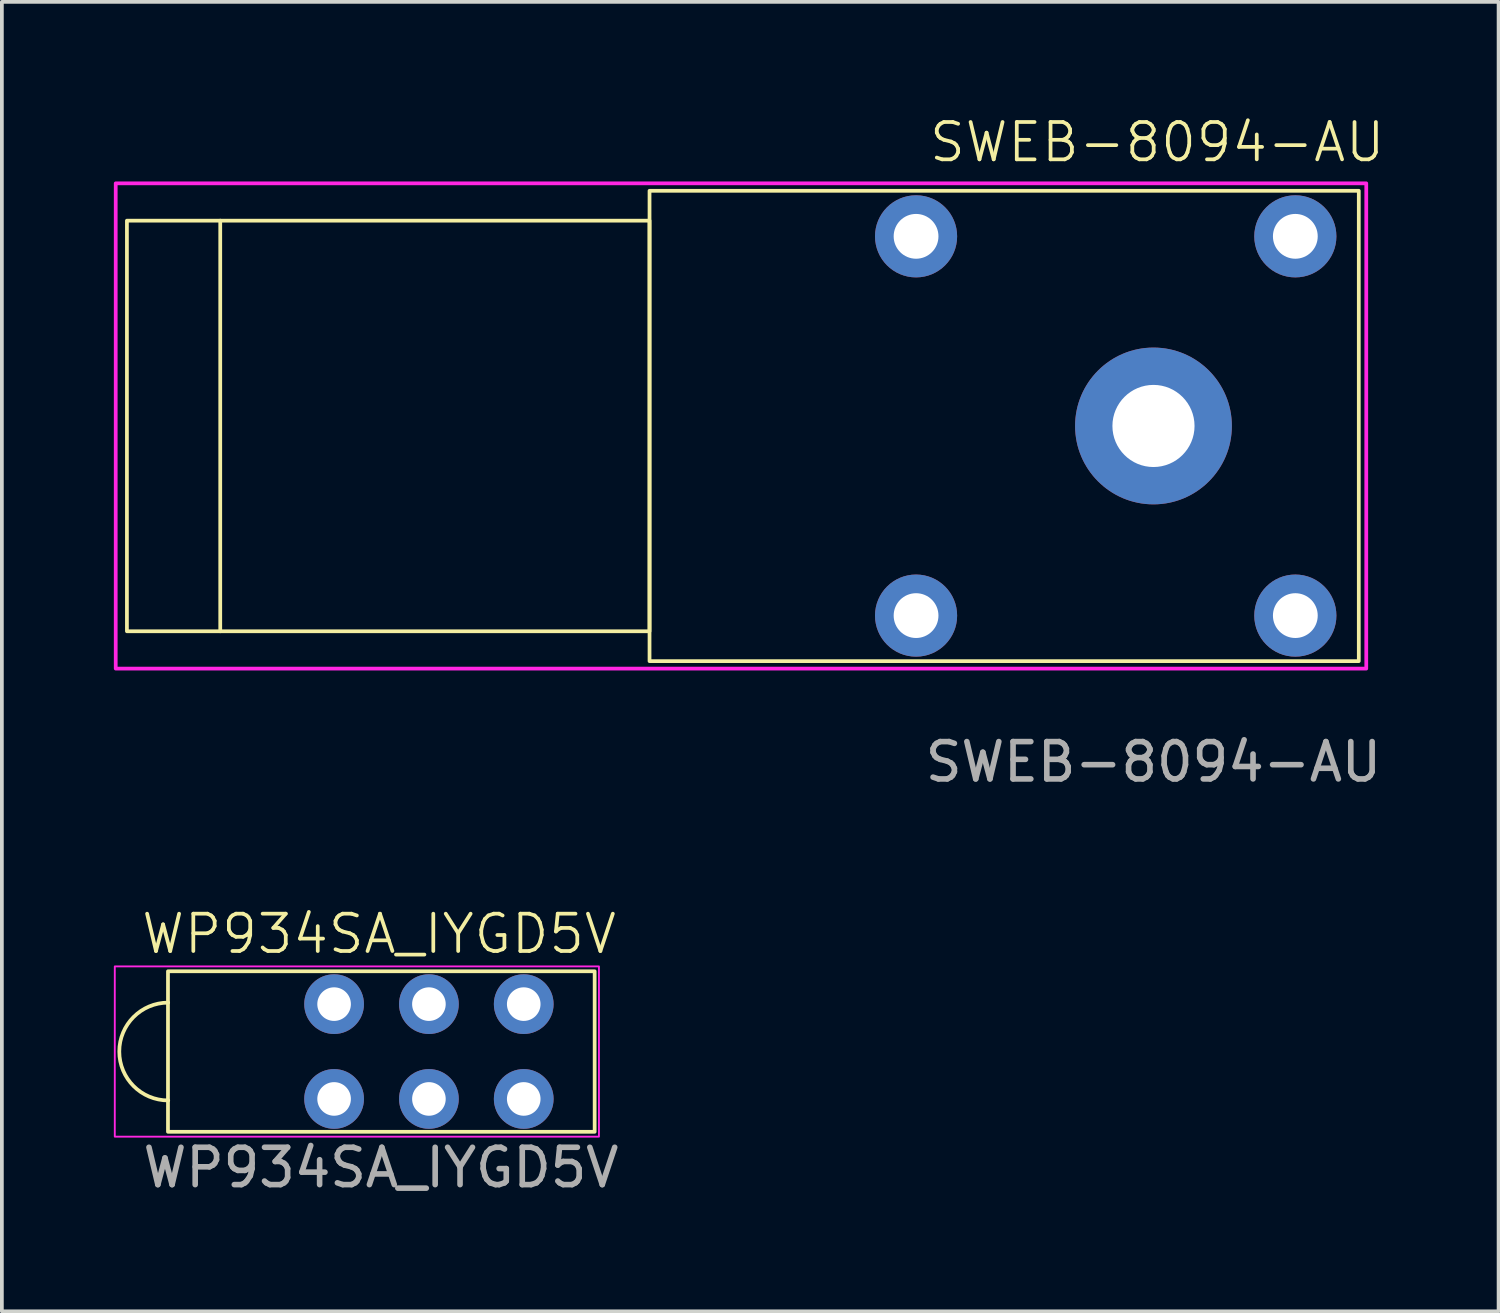
<source format=kicad_pcb>
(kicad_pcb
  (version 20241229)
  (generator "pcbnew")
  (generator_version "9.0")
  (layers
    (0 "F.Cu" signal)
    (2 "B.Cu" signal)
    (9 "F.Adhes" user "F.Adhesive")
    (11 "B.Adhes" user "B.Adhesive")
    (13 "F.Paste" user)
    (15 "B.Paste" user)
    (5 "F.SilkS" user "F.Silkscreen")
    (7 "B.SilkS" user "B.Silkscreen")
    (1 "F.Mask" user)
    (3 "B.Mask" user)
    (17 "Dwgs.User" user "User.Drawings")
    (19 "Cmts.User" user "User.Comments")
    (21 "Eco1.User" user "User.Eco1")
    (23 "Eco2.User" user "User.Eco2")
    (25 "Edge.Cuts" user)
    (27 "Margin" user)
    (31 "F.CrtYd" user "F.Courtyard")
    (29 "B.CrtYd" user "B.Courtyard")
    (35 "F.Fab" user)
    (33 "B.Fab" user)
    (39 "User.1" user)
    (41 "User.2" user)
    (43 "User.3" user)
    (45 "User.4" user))
  (footprint "WP934SA_IYGD5V"
    (layer "F.Cu")
    (at 7.165 25.119)
    (property "Reference" "WP934SA_IYGD5V" (at -0.06 -3.15 0) (unlocked yes) (layer "F.SilkS") (effects (font (size 1 1) (thickness 0.1))))
    (attr through_hole)
    (fp_rect (start -5.715 -2.15) (end 5.715 2.15) (stroke (width 0.1) (type default)) (fill no) (layer "F.SilkS"))
    (fp_arc (start -5.708702 1.309994) (mid -7.025009 0.000649) (end -5.71 -1.309999) (stroke (width 0.1) (type default)) (layer "F.SilkS"))
    (fp_rect (start 5.83 -2.28) (end -7.14 2.28) (stroke (width 0.05) (type default)) (fill no) (layer "F.CrtYd"))
    (fp_text user "${REFERENCE}" (at -0.01 3.11 0) (unlocked yes) (layer "F.Fab") (effects (font (size 1 1) (thickness 0.15))))
    (pad "1" thru_hole circle (at 3.815 1.27) (size 1.6 1.6) (drill 0.9) (layers "*.Cu" "*.Mask"))
    (pad "2" thru_hole circle (at 3.815 -1.27) (size 1.6 1.6) (drill 0.9) (layers "*.Cu" "*.Mask"))
    (pad "3" thru_hole circle (at 1.275 1.27) (size 1.6 1.6) (drill 0.9) (layers "*.Cu" "*.Mask"))
    (pad "4" thru_hole circle (at 1.275 -1.27) (size 1.6 1.6) (drill 0.9) (layers "*.Cu" "*.Mask"))
    (pad "5" thru_hole circle (at -1.265 1.27) (size 1.6 1.6) (drill 0.9) (layers "*.Cu" "*.Mask"))
    (pad "6" thru_hole circle (at -1.265 -1.27) (size 1.6 1.6) (drill 0.9) (layers "*.Cu" "*.Mask")))
  (footprint "SWEB-8094-AU"
    (layer "F.Cu")
    (at 27.85 8.361)
    (property "Reference" "SWEB-8094-AU" (at 0.1 -7.6 0) (unlocked yes) (layer "F.SilkS") (effects (font (size 1 1) (thickness 0.1))))
    (attr through_hole)
    (fp_line (start -25 -5.5) (end -25 5.5) (stroke (width 0.1) (type default)) (layer "F.SilkS"))
    (fp_rect (start -27.5 -5.5) (end -13.5 5.5) (stroke (width 0.1) (type default)) (fill no) (layer "F.SilkS"))
    (fp_rect (start -13.5 -6.3) (end 5.5 6.3) (stroke (width 0.1) (type default)) (fill no) (layer "F.SilkS"))
    (fp_rect (start -27.8 -6.5) (end 5.7 6.5) (stroke (width 0.1) (type default)) (fill no) (layer "F.CrtYd"))
    (fp_text user "${REFERENCE}" (at 0 9 0) (unlocked yes) (layer "F.Fab") (effects (font (size 1 1) (thickness 0.15))))
    (pad "1" thru_hole circle (at 0 0) (size 4.2 4.2) (drill 2.2) (layers "*.Cu" "*.Mask"))
    (pad "MP" thru_hole circle (at -6.36 -5.08) (size 2.2 2.2) (drill 1.2) (layers "*.Cu" "*.Mask"))
    (pad "MP" thru_hole circle (at -6.36 5.08) (size 2.2 2.2) (drill 1.2) (layers "*.Cu" "*.Mask"))
    (pad "MP" thru_hole circle (at 3.8 -5.08) (size 2.2 2.2) (drill 1.2) (layers "*.Cu" "*.Mask"))
    (pad "MP" thru_hole circle (at 3.8 5.08) (size 2.2 2.2) (drill 1.2) (layers "*.Cu" "*.Mask")))
  (gr_rect
    (start -3 -3)
    (end 37.095 32.078)
    (stroke (width 0.1) (type default))
    (fill no)
    (layer "Edge.Cuts")))
</source>
